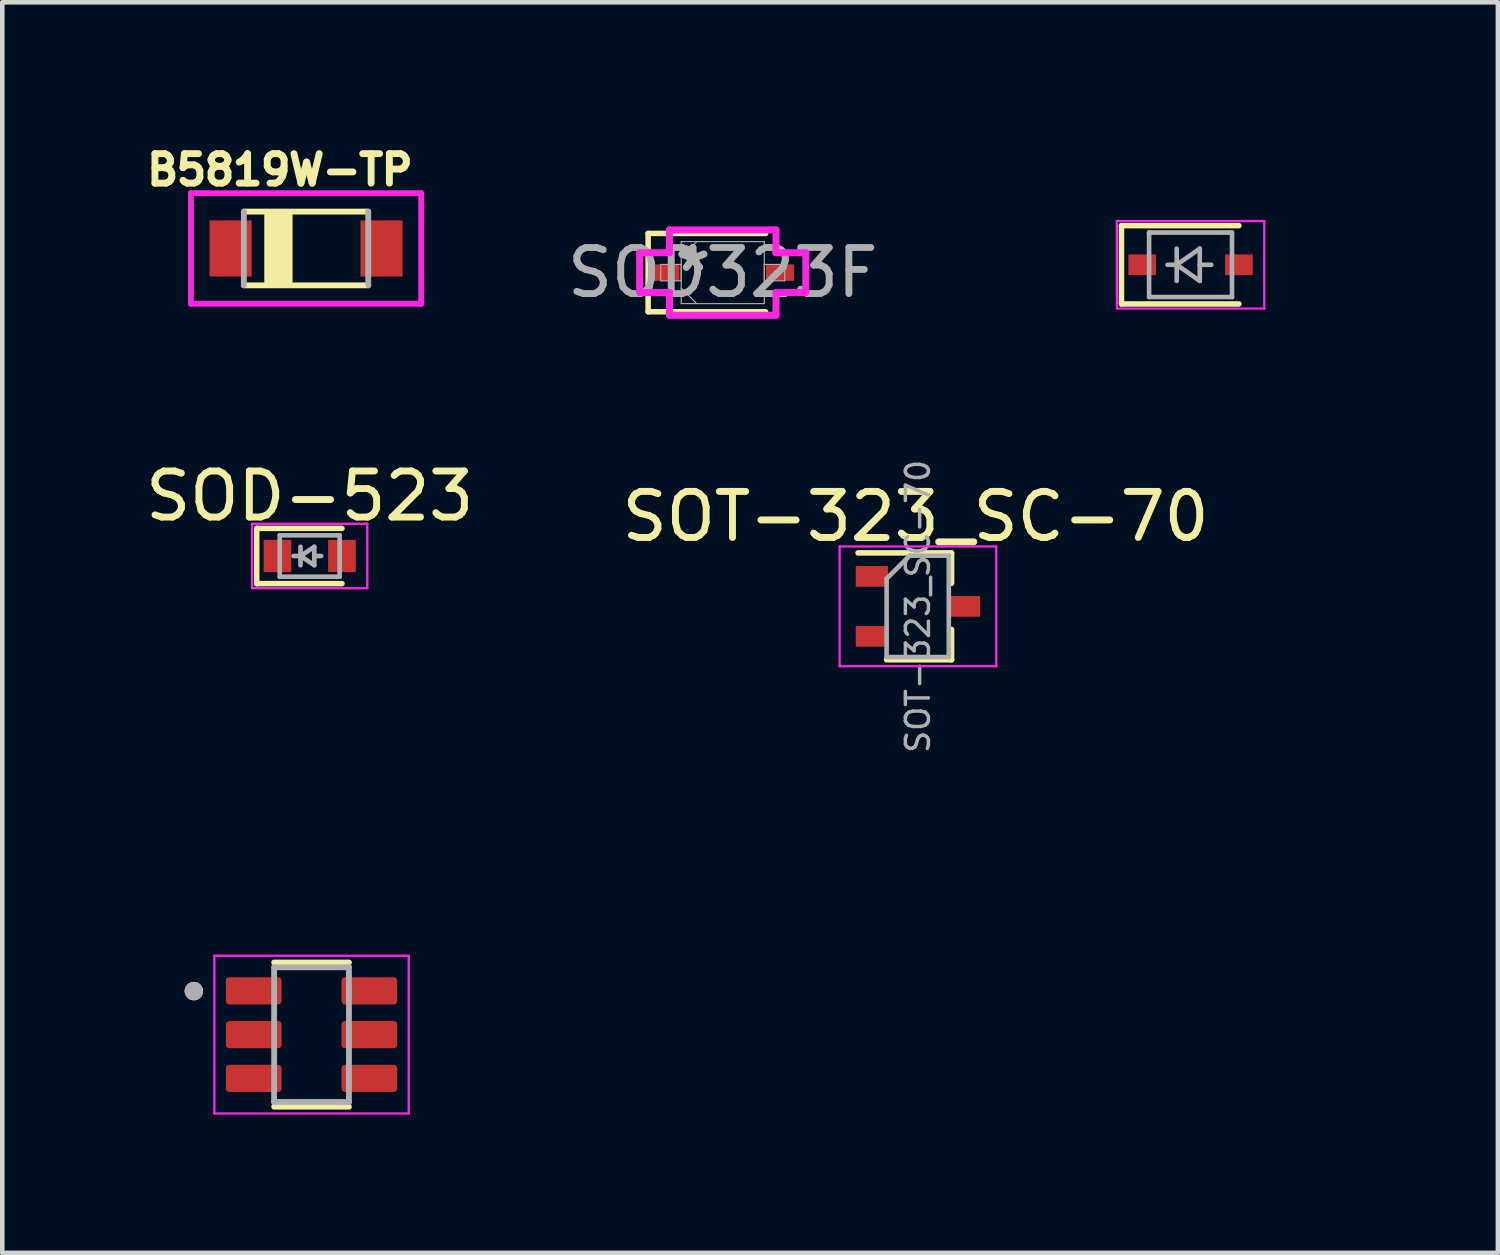
<source format=kicad_pcb>
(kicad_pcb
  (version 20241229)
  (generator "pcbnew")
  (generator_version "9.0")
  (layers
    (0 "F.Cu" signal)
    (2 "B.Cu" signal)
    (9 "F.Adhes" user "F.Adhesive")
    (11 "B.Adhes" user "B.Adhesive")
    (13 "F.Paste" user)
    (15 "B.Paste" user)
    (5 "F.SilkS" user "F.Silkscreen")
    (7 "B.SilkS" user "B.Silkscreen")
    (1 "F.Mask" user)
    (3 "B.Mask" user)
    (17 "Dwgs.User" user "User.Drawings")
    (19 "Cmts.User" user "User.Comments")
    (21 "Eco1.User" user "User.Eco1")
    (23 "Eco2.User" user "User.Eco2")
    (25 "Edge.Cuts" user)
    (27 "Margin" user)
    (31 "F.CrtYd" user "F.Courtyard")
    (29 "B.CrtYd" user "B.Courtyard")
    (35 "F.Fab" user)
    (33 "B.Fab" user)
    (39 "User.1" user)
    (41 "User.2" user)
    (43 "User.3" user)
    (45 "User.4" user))
  (footprint "SOD-323"
    (layer "F.Cu")
    (at 22.795 2.698)
    (property "Reference" "SOD-323" (at 0 -1.85 0) (layer "User.2") (effects (font (size 1 1) (thickness 0.15))))
    (attr smd)
    (fp_line (start -1.5 -0.85) (end -1.5 0.85) (stroke (width 0.12) (type solid)) (layer "F.SilkS"))
    (fp_line (start -1.5 -0.85) (end 1.05 -0.85) (stroke (width 0.12) (type solid)) (layer "F.SilkS"))
    (fp_line (start -1.5 0.85) (end 1.05 0.85) (stroke (width 0.12) (type solid)) (layer "F.SilkS"))
    (fp_line (start -1.6 -0.95) (end -1.6 0.95) (stroke (width 0.05) (type solid)) (layer "F.CrtYd"))
    (fp_line (start -1.6 -0.95) (end 1.6 -0.95) (stroke (width 0.05) (type solid)) (layer "F.CrtYd"))
    (fp_line (start -1.6 0.95) (end 1.6 0.95) (stroke (width 0.05) (type solid)) (layer "F.CrtYd"))
    (fp_line (start 1.6 -0.95) (end 1.6 0.95) (stroke (width 0.05) (type solid)) (layer "F.CrtYd"))
    (fp_line (start -0.9 -0.7) (end 0.9 -0.7) (stroke (width 0.1) (type solid)) (layer "F.Fab"))
    (fp_line (start -0.9 0.7) (end -0.9 -0.7) (stroke (width 0.1) (type solid)) (layer "F.Fab"))
    (fp_line (start -0.3 -0.35) (end -0.3 0.35) (stroke (width 0.1) (type solid)) (layer "F.Fab"))
    (fp_line (start -0.3 0) (end -0.5 0) (stroke (width 0.1) (type solid)) (layer "F.Fab"))
    (fp_line (start -0.3 0) (end 0.2 -0.35) (stroke (width 0.1) (type solid)) (layer "F.Fab"))
    (fp_line (start 0.2 -0.35) (end 0.2 0.35) (stroke (width 0.1) (type solid)) (layer "F.Fab"))
    (fp_line (start 0.2 0) (end 0.45 0) (stroke (width 0.1) (type solid)) (layer "F.Fab"))
    (fp_line (start 0.2 0.35) (end -0.3 0) (stroke (width 0.1) (type solid)) (layer "F.Fab"))
    (fp_line (start 0.9 -0.7) (end 0.9 0.7) (stroke (width 0.1) (type solid)) (layer "F.Fab"))
    (fp_line (start 0.9 0.7) (end -0.9 0.7) (stroke (width 0.1) (type solid)) (layer "F.Fab"))
    (pad "1" smd rect (at -1.05 0) (size 0.6 0.45) (layers "F.Cu" "F.Mask" "F.Paste"))
    (pad "2" smd rect (at 1.05 0) (size 0.6 0.45) (layers "F.Cu" "F.Mask" "F.Paste")))
  (footprint "SOD323F"
    (layer "F.Cu")
    (at 12.64 2.868)
    (property "Reference" "SOD323F" (at 0 -2.02 0) (unlocked yes) (layer "User.2") (effects (font (size 1 1) (thickness 0.15))))
    (attr smd)
    (fp_line (start -1.62 -0.85) (end -1.62 0.85) (stroke (width 0.12) (type solid)) (layer "F.SilkS"))
    (fp_line (start -1.62 -0.85) (end 0.93 -0.85) (stroke (width 0.12) (type solid)) (layer "F.SilkS"))
    (fp_line (start -1.62 0.85) (end 0.93 0.85) (stroke (width 0.12) (type solid)) (layer "F.SilkS"))
    (fp_line (start -1.803 -0.432) (end -1.156 -0.432) (stroke (width 0.152) (type solid)) (layer "F.CrtYd"))
    (fp_line (start -1.803 0.432) (end -1.803 -0.432) (stroke (width 0.152) (type solid)) (layer "F.CrtYd"))
    (fp_line (start -1.156 -0.927) (end 1.156 -0.927) (stroke (width 0.152) (type solid)) (layer "F.CrtYd"))
    (fp_line (start -1.156 -0.432) (end -1.156 -0.927) (stroke (width 0.152) (type solid)) (layer "F.CrtYd"))
    (fp_line (start -1.156 0.432) (end -1.803 0.432) (stroke (width 0.152) (type solid)) (layer "F.CrtYd"))
    (fp_line (start -1.156 0.927) (end -1.156 0.432) (stroke (width 0.152) (type solid)) (layer "F.CrtYd"))
    (fp_line (start 1.156 -0.927) (end 1.156 -0.432) (stroke (width 0.152) (type solid)) (layer "F.CrtYd"))
    (fp_line (start 1.156 -0.432) (end 1.803 -0.432) (stroke (width 0.152) (type solid)) (layer "F.CrtYd"))
    (fp_line (start 1.156 0.432) (end 1.156 0.927) (stroke (width 0.152) (type solid)) (layer "F.CrtYd"))
    (fp_line (start 1.156 0.927) (end -1.156 0.927) (stroke (width 0.152) (type solid)) (layer "F.CrtYd"))
    (fp_line (start 1.803 -0.432) (end 1.803 0.432) (stroke (width 0.152) (type solid)) (layer "F.CrtYd"))
    (fp_line (start 1.803 0.432) (end 1.156 0.432) (stroke (width 0.152) (type solid)) (layer "F.CrtYd"))
    (fp_line (start -1.346 -0.178) (end -1.346 0.178) (stroke (width 0.025) (type solid)) (layer "F.Fab"))
    (fp_line (start -1.346 0.178) (end -0.902 0.178) (stroke (width 0.025) (type solid)) (layer "F.Fab"))
    (fp_line (start -0.902 -0.673) (end -0.902 0.673) (stroke (width 0.025) (type solid)) (layer "F.Fab"))
    (fp_line (start -0.902 -0.337) (end -0.565 -0.673) (stroke (width 0.025) (type solid)) (layer "F.Fab"))
    (fp_line (start -0.902 -0.178) (end -1.346 -0.178) (stroke (width 0.025) (type solid)) (layer "F.Fab"))
    (fp_line (start -0.902 0.178) (end -0.902 -0.178) (stroke (width 0.025) (type solid)) (layer "F.Fab"))
    (fp_line (start -0.902 0.337) (end -0.565 0.673) (stroke (width 0.025) (type solid)) (layer "F.Fab"))
    (fp_line (start -0.902 0.673) (end 0.902 0.673) (stroke (width 0.025) (type solid)) (layer "F.Fab"))
    (fp_line (start 0.902 -0.673) (end -0.902 -0.673) (stroke (width 0.025) (type solid)) (layer "F.Fab"))
    (fp_line (start 0.902 -0.178) (end 0.902 0.178) (stroke (width 0.025) (type solid)) (layer "F.Fab"))
    (fp_line (start 0.902 0.178) (end 1.346 0.178) (stroke (width 0.025) (type solid)) (layer "F.Fab"))
    (fp_line (start 0.902 0.673) (end 0.902 -0.673) (stroke (width 0.025) (type solid)) (layer "F.Fab"))
    (fp_line (start 1.346 -0.178) (end 0.902 -0.178) (stroke (width 0.025) (type solid)) (layer "F.Fab"))
    (fp_line (start 1.346 0.178) (end 1.346 -0.178) (stroke (width 0.025) (type solid)) (layer "F.Fab"))
    (fp_text user "${REFERENCE}" (at 0 0 0) (unlocked yes) (layer "F.Fab") (effects (font (size 1 1) (thickness 0.15))))
    (fp_text user "*" (at -0.648 0 0) (layer "F.Fab") (effects (font (size 1 1) (thickness 0.15))))
    (fp_text user "*" (at -0.648 0 0) (unlocked yes) (layer "F.Fab") (effects (font (size 1 1) (thickness 0.15))))
    (pad "1" smd rect (at -1.245 0) (size 0.61 0.356) (layers "F.Cu" "F.Mask" "F.Paste"))
    (pad "2" smd rect (at 1.245 0) (size 0.61 0.356) (layers "F.Cu" "F.Mask" "F.Paste")))
  (footprint "SOD-523"
    (layer "F.Cu")
    (at 3.673 9.02)
    (property "Reference" "SOD-523" (at 0 -1.3 0) (layer "F.SilkS") (effects (font (size 1 1) (thickness 0.15))))
    (attr smd)
    (fp_line (start -1.15 -0.6) (end -1.15 0.6) (stroke (width 0.12) (type solid)) (layer "F.SilkS"))
    (fp_line (start 0.7 -0.6) (end -1.15 -0.6) (stroke (width 0.12) (type solid)) (layer "F.SilkS"))
    (fp_line (start 0.7 0.6) (end -1.15 0.6) (stroke (width 0.12) (type solid)) (layer "F.SilkS"))
    (fp_line (start -1.25 -0.7) (end 1.25 -0.7) (stroke (width 0.05) (type solid)) (layer "F.CrtYd"))
    (fp_line (start -1.25 0.7) (end -1.25 -0.7) (stroke (width 0.05) (type solid)) (layer "F.CrtYd"))
    (fp_line (start 1.25 -0.7) (end 1.25 0.7) (stroke (width 0.05) (type solid)) (layer "F.CrtYd"))
    (fp_line (start 1.25 0.7) (end -1.25 0.7) (stroke (width 0.05) (type solid)) (layer "F.CrtYd"))
    (fp_line (start -0.65 -0.45) (end 0.65 -0.45) (stroke (width 0.1) (type solid)) (layer "F.Fab"))
    (fp_line (start -0.65 0.45) (end -0.65 -0.45) (stroke (width 0.1) (type solid)) (layer "F.Fab"))
    (fp_line (start -0.2 0) (end -0.35 0) (stroke (width 0.1) (type solid)) (layer "F.Fab"))
    (fp_line (start -0.2 0) (end 0.1 0.2) (stroke (width 0.1) (type solid)) (layer "F.Fab"))
    (fp_line (start -0.2 0.2) (end -0.2 -0.2) (stroke (width 0.1) (type solid)) (layer "F.Fab"))
    (fp_line (start 0.1 -0.2) (end -0.2 0) (stroke (width 0.1) (type solid)) (layer "F.Fab"))
    (fp_line (start 0.1 0) (end 0.25 0) (stroke (width 0.1) (type solid)) (layer "F.Fab"))
    (fp_line (start 0.1 0.2) (end 0.1 -0.2) (stroke (width 0.1) (type solid)) (layer "F.Fab"))
    (fp_line (start 0.65 -0.45) (end 0.65 0.45) (stroke (width 0.1) (type solid)) (layer "F.Fab"))
    (fp_line (start 0.65 0.45) (end -0.65 0.45) (stroke (width 0.1) (type solid)) (layer "F.Fab"))
    (pad "1" smd rect (at -0.7 0 180) (size 0.6 0.7) (layers "F.Cu" "F.Mask" "F.Paste"))
    (pad "2" smd rect (at 0.7 0 180) (size 0.6 0.7) (layers "F.Cu" "F.Mask" "F.Paste")))
  (footprint "SOT-323_SC-70"
    (layer "F.Cu")
    (at 16.877 10.113)
    (property "Reference" "SOT-323_SC-70" (at -0.05 -1.95 0) (layer "F.SilkS") (effects (font (size 1 1) (thickness 0.15))))
    (attr smd)
    (fp_line (start -0.68 1.16) (end 0.73 1.16) (stroke (width 0.12) (type solid)) (layer "F.SilkS"))
    (fp_line (start 0.73 -1.16) (end -1.3 -1.16) (stroke (width 0.12) (type solid)) (layer "F.SilkS"))
    (fp_line (start 0.73 -1.16) (end 0.73 -0.5) (stroke (width 0.12) (type solid)) (layer "F.SilkS"))
    (fp_line (start 0.73 0.5) (end 0.73 1.16) (stroke (width 0.12) (type solid)) (layer "F.SilkS"))
    (fp_line (start -1.7 -1.3) (end 1.7 -1.3) (stroke (width 0.05) (type solid)) (layer "F.CrtYd"))
    (fp_line (start -1.7 1.3) (end -1.7 -1.3) (stroke (width 0.05) (type solid)) (layer "F.CrtYd"))
    (fp_line (start 1.7 -1.3) (end 1.7 1.3) (stroke (width 0.05) (type solid)) (layer "F.CrtYd"))
    (fp_line (start 1.7 1.3) (end -1.7 1.3) (stroke (width 0.05) (type solid)) (layer "F.CrtYd"))
    (fp_line (start -0.68 -0.6) (end -0.68 1.1) (stroke (width 0.1) (type solid)) (layer "F.Fab"))
    (fp_line (start -0.18 -1.1) (end -0.68 -0.6) (stroke (width 0.1) (type solid)) (layer "F.Fab"))
    (fp_line (start 0.67 -1.1) (end -0.18 -1.1) (stroke (width 0.1) (type solid)) (layer "F.Fab"))
    (fp_line (start 0.67 -1.1) (end 0.67 1.1) (stroke (width 0.1) (type solid)) (layer "F.Fab"))
    (fp_line (start 0.67 1.1) (end -0.68 1.1) (stroke (width 0.1) (type solid)) (layer "F.Fab"))
    (fp_text user "${REFERENCE}" (at 0 0 90) (layer "Eco1.User") (effects (font (size 0.5 0.5) (thickness 0.075))))
    (fp_text user "${REFERENCE}" (at 0 0 90) (layer "F.Fab") (effects (font (size 0.5 0.5) (thickness 0.075))))
    (pad "D" smd rect (at 1 0 270) (size 0.45 0.7) (layers "F.Cu" "F.Mask" "F.Paste"))
    (pad "G" smd rect (at -1 -0.65 270) (size 0.45 0.7) (layers "F.Cu" "F.Mask" "F.Paste"))
    (pad "S" smd rect (at -1 0.65 270) (size 0.45 0.7) (layers "F.Cu" "F.Mask" "F.Paste")))
  (footprint "USBLC6-2SC6"
    (layer "F.Cu")
    (at 3.713 19.41)
    (property "Reference" "USBLC6-2SC6" (at -0.078 -2.419 0) (layer "User.2") (effects (font (size 0.64 0.64) (thickness 0.15))))
    (attr smd)
    (fp_line (start 0.812 -1.565) (end -0.812 -1.565) (stroke (width 0.127) (type solid)) (layer "F.SilkS"))
    (fp_line (start 0.812 1.565) (end -0.812 1.565) (stroke (width 0.127) (type solid)) (layer "F.SilkS"))
    (fp_circle (center -2.555 -0.945) (end -2.455 -0.945) (stroke (width 0.2) (type solid)) (fill no) (layer "F.SilkS"))
    (fp_line (start -2.11 -1.712) (end -2.11 1.712) (stroke (width 0.05) (type solid)) (layer "F.CrtYd"))
    (fp_line (start -2.11 1.712) (end 2.11 1.712) (stroke (width 0.05) (type solid)) (layer "F.CrtYd"))
    (fp_line (start 2.11 -1.712) (end -2.11 -1.712) (stroke (width 0.05) (type solid)) (layer "F.CrtYd"))
    (fp_line (start 2.11 1.712) (end 2.11 -1.712) (stroke (width 0.05) (type solid)) (layer "F.CrtYd"))
    (fp_line (start -0.812 -1.462) (end 0.812 -1.462) (stroke (width 0.127) (type solid)) (layer "F.Fab"))
    (fp_line (start -0.812 1.462) (end -0.812 -1.462) (stroke (width 0.127) (type solid)) (layer "F.Fab"))
    (fp_line (start 0.812 -1.462) (end 0.812 1.462) (stroke (width 0.127) (type solid)) (layer "F.Fab"))
    (fp_line (start 0.812 1.462) (end -0.812 1.462) (stroke (width 0.127) (type solid)) (layer "F.Fab"))
    (fp_circle (center -2.555 -0.945) (end -2.455 -0.945) (stroke (width 0.2) (type solid)) (fill no) (layer "F.Fab"))
    (pad "1" smd roundrect (at -1.255 -0.95) (size 1.21 0.59) (layers "F.Cu" "F.Mask" "F.Paste") (roundrect_rratio 0.125))
    (pad "2" smd roundrect (at -1.255 0) (size 1.21 0.59) (layers "F.Cu" "F.Mask" "F.Paste") (roundrect_rratio 0.125))
    (pad "3" smd roundrect (at -1.255 0.95) (size 1.21 0.59) (layers "F.Cu" "F.Mask" "F.Paste") (roundrect_rratio 0.125))
    (pad "4" smd roundrect (at 1.255 0.95) (size 1.21 0.59) (layers "F.Cu" "F.Mask" "F.Paste") (roundrect_rratio 0.125))
    (pad "5" smd roundrect (at 1.255 0) (size 1.21 0.59) (layers "F.Cu" "F.Mask" "F.Paste") (roundrect_rratio 0.125))
    (pad "6" smd roundrect (at 1.255 -0.95) (size 1.21 0.59) (layers "F.Cu" "F.Mask" "F.Paste") (roundrect_rratio 0.125)))
  (footprint "B5819W-TP"
    (layer "F.Cu")
    (at 3.594 2.344)
    (property "Reference" "B5819W-TP" (at -0.568 -1.707 0) (layer "F.SilkS") (effects (font (size 0.64 0.64) (thickness 0.15))))
    (attr through_hole)
    (fp_line (start -1.35 -0.8) (end 1.35 -0.8) (stroke (width 0.127) (type solid)) (layer "F.SilkS"))
    (fp_line (start 1.35 0.8) (end -1.35 0.8) (stroke (width 0.127) (type solid)) (layer "F.SilkS"))
    (fp_poly (pts (xy -0.901 -0.8) (xy -0.3 -0.8) (xy -0.3 0.801) (xy -0.901 0.801)) (stroke (width 0.01) (type solid)) (fill yes) (layer "F.SilkS"))
    (fp_line (start -2.5 -1.2) (end -2.5 1.2) (stroke (width 0.127) (type solid)) (layer "F.CrtYd"))
    (fp_line (start -2.5 1.2) (end 2.5 1.2) (stroke (width 0.127) (type solid)) (layer "F.CrtYd"))
    (fp_line (start 2.5 -1.2) (end -2.5 -1.2) (stroke (width 0.127) (type solid)) (layer "F.CrtYd"))
    (fp_line (start 2.5 1.2) (end 2.5 -1.2) (stroke (width 0.127) (type solid)) (layer "F.CrtYd"))
    (fp_line (start -1.35 0.8) (end -1.35 -0.8) (stroke (width 0.127) (type solid)) (layer "F.Fab"))
    (fp_line (start 1.35 -0.8) (end 1.35 0.8) (stroke (width 0.127) (type solid)) (layer "F.Fab"))
    (pad "A" smd rect (at 1.638 0) (size 0.914 1.219) (layers "F.Cu" "F.Mask" "F.Paste"))
    (pad "C" smd rect (at -1.638 0) (size 0.914 1.219) (layers "F.Cu" "F.Mask" "F.Paste")))
  (gr_rect
    (start -3 -3)
    (end 29.467 24.148)
    (stroke (width 0.1) (type default))
    (fill no)
    (layer "Edge.Cuts")))
</source>
